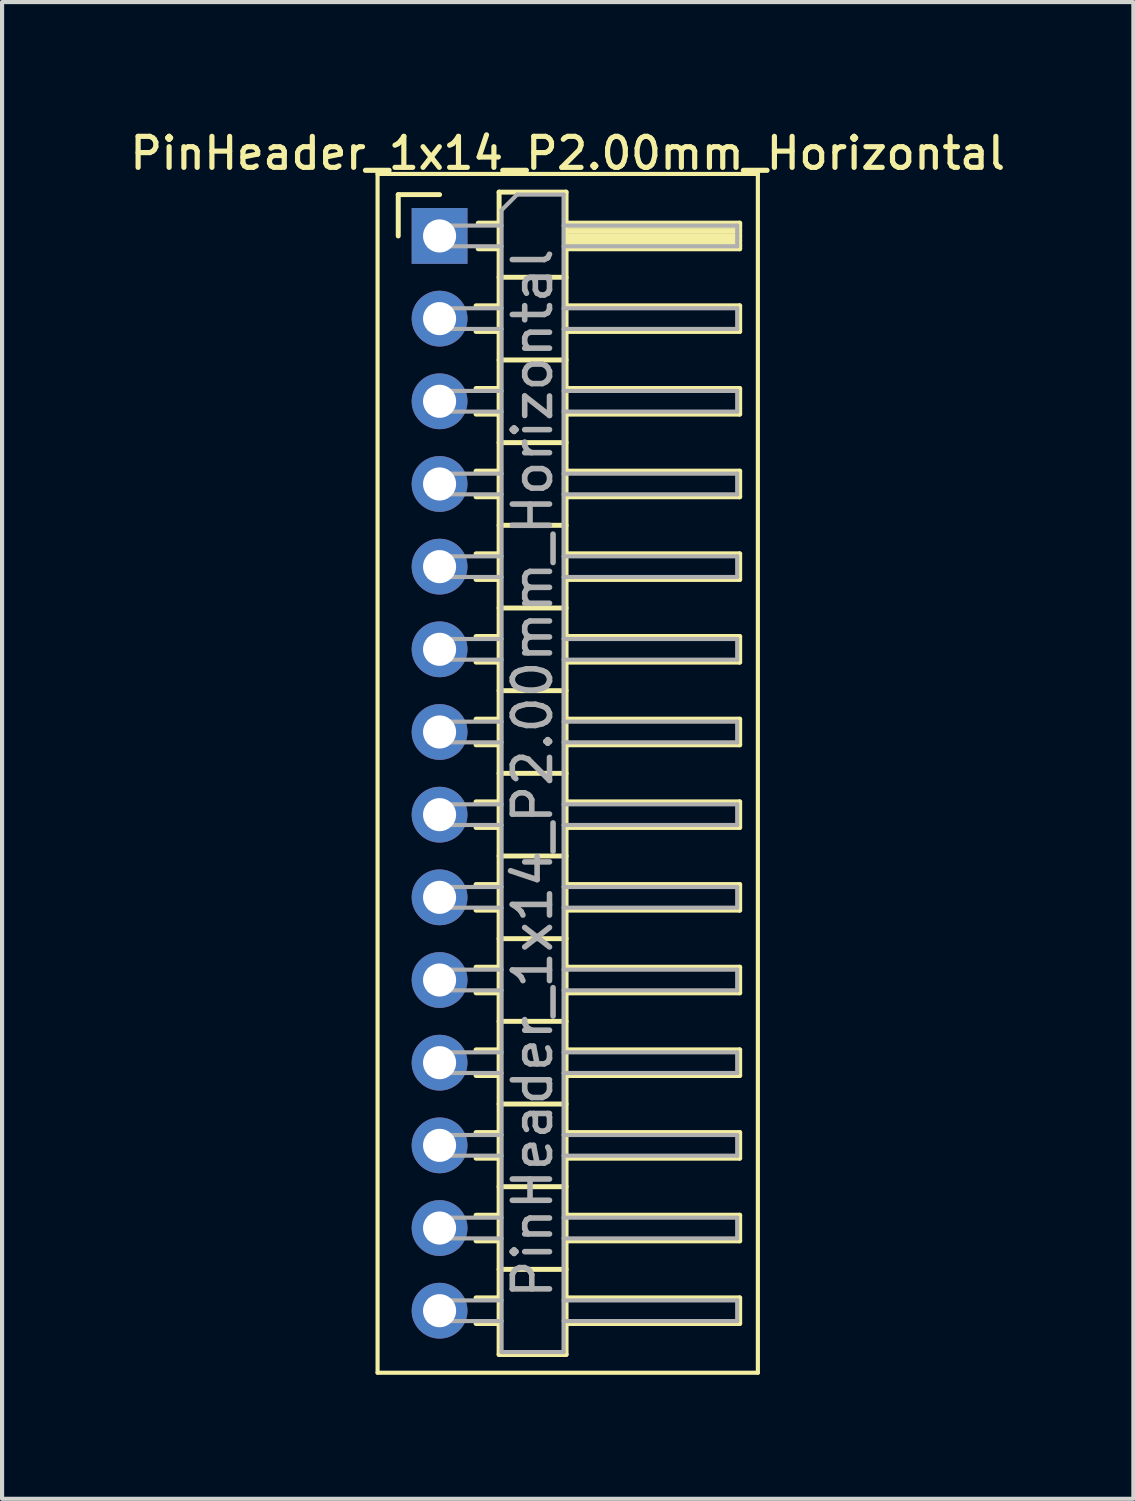
<source format=kicad_pcb>
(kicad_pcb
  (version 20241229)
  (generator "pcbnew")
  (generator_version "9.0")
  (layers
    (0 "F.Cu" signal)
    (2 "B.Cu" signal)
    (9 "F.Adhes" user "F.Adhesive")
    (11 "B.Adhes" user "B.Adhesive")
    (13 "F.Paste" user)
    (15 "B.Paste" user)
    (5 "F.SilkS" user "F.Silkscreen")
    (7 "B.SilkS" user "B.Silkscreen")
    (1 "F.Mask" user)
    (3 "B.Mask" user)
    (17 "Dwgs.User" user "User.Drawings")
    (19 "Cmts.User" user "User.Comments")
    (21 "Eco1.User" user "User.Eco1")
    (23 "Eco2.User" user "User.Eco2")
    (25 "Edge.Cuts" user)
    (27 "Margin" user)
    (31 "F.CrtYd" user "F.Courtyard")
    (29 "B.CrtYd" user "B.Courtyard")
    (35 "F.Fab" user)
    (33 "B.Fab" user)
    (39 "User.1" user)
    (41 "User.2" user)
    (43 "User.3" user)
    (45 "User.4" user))
  (footprint "PinHeader_1x14_P2.00mm_Horizontal"
    (layer "F.Cu")
    (at 7.584 2.658)
    (property "Reference" "PinHeader_1x14_P2.00mm_Horizontal" (at 3.1 -2 0) (layer "F.SilkS") (effects (font (size 0.75 0.75) (thickness 0.125))))
    (attr through_hole)
    (fp_line (start -1.5 -1.5) (end -1.5 27.5) (stroke (width 0.1) (type solid)) (layer "F.SilkS"))
    (fp_line (start -1.5 27.5) (end 7.7 27.5) (stroke (width 0.1) (type solid)) (layer "F.SilkS"))
    (fp_line (start -1 -1) (end 0 -1) (stroke (width 0.12) (type solid)) (layer "F.SilkS"))
    (fp_line (start -1 0) (end -1 -1) (stroke (width 0.12) (type solid)) (layer "F.SilkS"))
    (fp_line (start 0.882 1.69) (end 1.44 1.69) (stroke (width 0.12) (type solid)) (layer "F.SilkS"))
    (fp_line (start 0.882 2.31) (end 1.44 2.31) (stroke (width 0.12) (type solid)) (layer "F.SilkS"))
    (fp_line (start 0.882 3.69) (end 1.44 3.69) (stroke (width 0.12) (type solid)) (layer "F.SilkS"))
    (fp_line (start 0.882 4.31) (end 1.44 4.31) (stroke (width 0.12) (type solid)) (layer "F.SilkS"))
    (fp_line (start 0.882 5.69) (end 1.44 5.69) (stroke (width 0.12) (type solid)) (layer "F.SilkS"))
    (fp_line (start 0.882 6.31) (end 1.44 6.31) (stroke (width 0.12) (type solid)) (layer "F.SilkS"))
    (fp_line (start 0.882 7.69) (end 1.44 7.69) (stroke (width 0.12) (type solid)) (layer "F.SilkS"))
    (fp_line (start 0.882 8.31) (end 1.44 8.31) (stroke (width 0.12) (type solid)) (layer "F.SilkS"))
    (fp_line (start 0.882 9.69) (end 1.44 9.69) (stroke (width 0.12) (type solid)) (layer "F.SilkS"))
    (fp_line (start 0.882 10.31) (end 1.44 10.31) (stroke (width 0.12) (type solid)) (layer "F.SilkS"))
    (fp_line (start 0.882 11.69) (end 1.44 11.69) (stroke (width 0.12) (type solid)) (layer "F.SilkS"))
    (fp_line (start 0.882 12.31) (end 1.44 12.31) (stroke (width 0.12) (type solid)) (layer "F.SilkS"))
    (fp_line (start 0.882 13.69) (end 1.44 13.69) (stroke (width 0.12) (type solid)) (layer "F.SilkS"))
    (fp_line (start 0.882 14.31) (end 1.44 14.31) (stroke (width 0.12) (type solid)) (layer "F.SilkS"))
    (fp_line (start 0.882 15.69) (end 1.44 15.69) (stroke (width 0.12) (type solid)) (layer "F.SilkS"))
    (fp_line (start 0.882 16.31) (end 1.44 16.31) (stroke (width 0.12) (type solid)) (layer "F.SilkS"))
    (fp_line (start 0.882 17.69) (end 1.44 17.69) (stroke (width 0.12) (type solid)) (layer "F.SilkS"))
    (fp_line (start 0.882 18.31) (end 1.44 18.31) (stroke (width 0.12) (type solid)) (layer "F.SilkS"))
    (fp_line (start 0.882 19.69) (end 1.44 19.69) (stroke (width 0.12) (type solid)) (layer "F.SilkS"))
    (fp_line (start 0.882 20.31) (end 1.44 20.31) (stroke (width 0.12) (type solid)) (layer "F.SilkS"))
    (fp_line (start 0.882 21.69) (end 1.44 21.69) (stroke (width 0.12) (type solid)) (layer "F.SilkS"))
    (fp_line (start 0.882 22.31) (end 1.44 22.31) (stroke (width 0.12) (type solid)) (layer "F.SilkS"))
    (fp_line (start 0.882 23.69) (end 1.44 23.69) (stroke (width 0.12) (type solid)) (layer "F.SilkS"))
    (fp_line (start 0.882 24.31) (end 1.44 24.31) (stroke (width 0.12) (type solid)) (layer "F.SilkS"))
    (fp_line (start 0.882 25.69) (end 1.44 25.69) (stroke (width 0.12) (type solid)) (layer "F.SilkS"))
    (fp_line (start 0.882 26.31) (end 1.44 26.31) (stroke (width 0.12) (type solid)) (layer "F.SilkS"))
    (fp_line (start 0.935 -0.31) (end 1.44 -0.31) (stroke (width 0.12) (type solid)) (layer "F.SilkS"))
    (fp_line (start 0.935 0.31) (end 1.44 0.31) (stroke (width 0.12) (type solid)) (layer "F.SilkS"))
    (fp_line (start 1.44 -1.06) (end 1.44 27.06) (stroke (width 0.12) (type solid)) (layer "F.SilkS"))
    (fp_line (start 1.44 1) (end 3.06 1) (stroke (width 0.12) (type solid)) (layer "F.SilkS"))
    (fp_line (start 1.44 3) (end 3.06 3) (stroke (width 0.12) (type solid)) (layer "F.SilkS"))
    (fp_line (start 1.44 5) (end 3.06 5) (stroke (width 0.12) (type solid)) (layer "F.SilkS"))
    (fp_line (start 1.44 7) (end 3.06 7) (stroke (width 0.12) (type solid)) (layer "F.SilkS"))
    (fp_line (start 1.44 9) (end 3.06 9) (stroke (width 0.12) (type solid)) (layer "F.SilkS"))
    (fp_line (start 1.44 11) (end 3.06 11) (stroke (width 0.12) (type solid)) (layer "F.SilkS"))
    (fp_line (start 1.44 13) (end 3.06 13) (stroke (width 0.12) (type solid)) (layer "F.SilkS"))
    (fp_line (start 1.44 15) (end 3.06 15) (stroke (width 0.12) (type solid)) (layer "F.SilkS"))
    (fp_line (start 1.44 17) (end 3.06 17) (stroke (width 0.12) (type solid)) (layer "F.SilkS"))
    (fp_line (start 1.44 19) (end 3.06 19) (stroke (width 0.12) (type solid)) (layer "F.SilkS"))
    (fp_line (start 1.44 21) (end 3.06 21) (stroke (width 0.12) (type solid)) (layer "F.SilkS"))
    (fp_line (start 1.44 23) (end 3.06 23) (stroke (width 0.12) (type solid)) (layer "F.SilkS"))
    (fp_line (start 1.44 25) (end 3.06 25) (stroke (width 0.12) (type solid)) (layer "F.SilkS"))
    (fp_line (start 1.44 27.06) (end 3.06 27.06) (stroke (width 0.12) (type solid)) (layer "F.SilkS"))
    (fp_line (start 3.06 -1.06) (end 1.44 -1.06) (stroke (width 0.12) (type solid)) (layer "F.SilkS"))
    (fp_line (start 3.06 -0.31) (end 7.26 -0.31) (stroke (width 0.12) (type solid)) (layer "F.SilkS"))
    (fp_line (start 3.06 -0.25) (end 7.26 -0.25) (stroke (width 0.12) (type solid)) (layer "F.SilkS"))
    (fp_line (start 3.06 -0.13) (end 7.26 -0.13) (stroke (width 0.12) (type solid)) (layer "F.SilkS"))
    (fp_line (start 3.06 -0.01) (end 7.26 -0.01) (stroke (width 0.12) (type solid)) (layer "F.SilkS"))
    (fp_line (start 3.06 0.11) (end 7.26 0.11) (stroke (width 0.12) (type solid)) (layer "F.SilkS"))
    (fp_line (start 3.06 0.23) (end 7.26 0.23) (stroke (width 0.12) (type solid)) (layer "F.SilkS"))
    (fp_line (start 3.06 1.69) (end 7.26 1.69) (stroke (width 0.12) (type solid)) (layer "F.SilkS"))
    (fp_line (start 3.06 3.69) (end 7.26 3.69) (stroke (width 0.12) (type solid)) (layer "F.SilkS"))
    (fp_line (start 3.06 5.69) (end 7.26 5.69) (stroke (width 0.12) (type solid)) (layer "F.SilkS"))
    (fp_line (start 3.06 7.69) (end 7.26 7.69) (stroke (width 0.12) (type solid)) (layer "F.SilkS"))
    (fp_line (start 3.06 9.69) (end 7.26 9.69) (stroke (width 0.12) (type solid)) (layer "F.SilkS"))
    (fp_line (start 3.06 11.69) (end 7.26 11.69) (stroke (width 0.12) (type solid)) (layer "F.SilkS"))
    (fp_line (start 3.06 13.69) (end 7.26 13.69) (stroke (width 0.12) (type solid)) (layer "F.SilkS"))
    (fp_line (start 3.06 15.69) (end 7.26 15.69) (stroke (width 0.12) (type solid)) (layer "F.SilkS"))
    (fp_line (start 3.06 17.69) (end 7.26 17.69) (stroke (width 0.12) (type solid)) (layer "F.SilkS"))
    (fp_line (start 3.06 19.69) (end 7.26 19.69) (stroke (width 0.12) (type solid)) (layer "F.SilkS"))
    (fp_line (start 3.06 21.69) (end 7.26 21.69) (stroke (width 0.12) (type solid)) (layer "F.SilkS"))
    (fp_line (start 3.06 23.69) (end 7.26 23.69) (stroke (width 0.12) (type solid)) (layer "F.SilkS"))
    (fp_line (start 3.06 25.69) (end 7.26 25.69) (stroke (width 0.12) (type solid)) (layer "F.SilkS"))
    (fp_line (start 3.06 27.06) (end 3.06 -1.06) (stroke (width 0.12) (type solid)) (layer "F.SilkS"))
    (fp_line (start 7.26 -0.31) (end 7.26 0.31) (stroke (width 0.12) (type solid)) (layer "F.SilkS"))
    (fp_line (start 7.26 0.31) (end 3.06 0.31) (stroke (width 0.12) (type solid)) (layer "F.SilkS"))
    (fp_line (start 7.26 1.69) (end 7.26 2.31) (stroke (width 0.12) (type solid)) (layer "F.SilkS"))
    (fp_line (start 7.26 2.31) (end 3.06 2.31) (stroke (width 0.12) (type solid)) (layer "F.SilkS"))
    (fp_line (start 7.26 3.69) (end 7.26 4.31) (stroke (width 0.12) (type solid)) (layer "F.SilkS"))
    (fp_line (start 7.26 4.31) (end 3.06 4.31) (stroke (width 0.12) (type solid)) (layer "F.SilkS"))
    (fp_line (start 7.26 5.69) (end 7.26 6.31) (stroke (width 0.12) (type solid)) (layer "F.SilkS"))
    (fp_line (start 7.26 6.31) (end 3.06 6.31) (stroke (width 0.12) (type solid)) (layer "F.SilkS"))
    (fp_line (start 7.26 7.69) (end 7.26 8.31) (stroke (width 0.12) (type solid)) (layer "F.SilkS"))
    (fp_line (start 7.26 8.31) (end 3.06 8.31) (stroke (width 0.12) (type solid)) (layer "F.SilkS"))
    (fp_line (start 7.26 9.69) (end 7.26 10.31) (stroke (width 0.12) (type solid)) (layer "F.SilkS"))
    (fp_line (start 7.26 10.31) (end 3.06 10.31) (stroke (width 0.12) (type solid)) (layer "F.SilkS"))
    (fp_line (start 7.26 11.69) (end 7.26 12.31) (stroke (width 0.12) (type solid)) (layer "F.SilkS"))
    (fp_line (start 7.26 12.31) (end 3.06 12.31) (stroke (width 0.12) (type solid)) (layer "F.SilkS"))
    (fp_line (start 7.26 13.69) (end 7.26 14.31) (stroke (width 0.12) (type solid)) (layer "F.SilkS"))
    (fp_line (start 7.26 14.31) (end 3.06 14.31) (stroke (width 0.12) (type solid)) (layer "F.SilkS"))
    (fp_line (start 7.26 15.69) (end 7.26 16.31) (stroke (width 0.12) (type solid)) (layer "F.SilkS"))
    (fp_line (start 7.26 16.31) (end 3.06 16.31) (stroke (width 0.12) (type solid)) (layer "F.SilkS"))
    (fp_line (start 7.26 17.69) (end 7.26 18.31) (stroke (width 0.12) (type solid)) (layer "F.SilkS"))
    (fp_line (start 7.26 18.31) (end 3.06 18.31) (stroke (width 0.12) (type solid)) (layer "F.SilkS"))
    (fp_line (start 7.26 19.69) (end 7.26 20.31) (stroke (width 0.12) (type solid)) (layer "F.SilkS"))
    (fp_line (start 7.26 20.31) (end 3.06 20.31) (stroke (width 0.12) (type solid)) (layer "F.SilkS"))
    (fp_line (start 7.26 21.69) (end 7.26 22.31) (stroke (width 0.12) (type solid)) (layer "F.SilkS"))
    (fp_line (start 7.26 22.31) (end 3.06 22.31) (stroke (width 0.12) (type solid)) (layer "F.SilkS"))
    (fp_line (start 7.26 23.69) (end 7.26 24.31) (stroke (width 0.12) (type solid)) (layer "F.SilkS"))
    (fp_line (start 7.26 24.31) (end 3.06 24.31) (stroke (width 0.12) (type solid)) (layer "F.SilkS"))
    (fp_line (start 7.26 25.69) (end 7.26 26.31) (stroke (width 0.12) (type solid)) (layer "F.SilkS"))
    (fp_line (start 7.26 26.31) (end 3.06 26.31) (stroke (width 0.12) (type solid)) (layer "F.SilkS"))
    (fp_line (start 7.7 -1.5) (end -1.5 -1.5) (stroke (width 0.1) (type solid)) (layer "F.SilkS"))
    (fp_line (start 7.7 27.5) (end 7.7 -1.5) (stroke (width 0.1) (type solid)) (layer "F.SilkS"))
    (fp_line (start -0.25 -0.25) (end -0.25 0.25) (stroke (width 0.1) (type solid)) (layer "F.Fab"))
    (fp_line (start -0.25 -0.25) (end 1.5 -0.25) (stroke (width 0.1) (type solid)) (layer "F.Fab"))
    (fp_line (start -0.25 0.25) (end 1.5 0.25) (stroke (width 0.1) (type solid)) (layer "F.Fab"))
    (fp_line (start -0.25 1.75) (end -0.25 2.25) (stroke (width 0.1) (type solid)) (layer "F.Fab"))
    (fp_line (start -0.25 1.75) (end 1.5 1.75) (stroke (width 0.1) (type solid)) (layer "F.Fab"))
    (fp_line (start -0.25 2.25) (end 1.5 2.25) (stroke (width 0.1) (type solid)) (layer "F.Fab"))
    (fp_line (start -0.25 3.75) (end -0.25 4.25) (stroke (width 0.1) (type solid)) (layer "F.Fab"))
    (fp_line (start -0.25 3.75) (end 1.5 3.75) (stroke (width 0.1) (type solid)) (layer "F.Fab"))
    (fp_line (start -0.25 4.25) (end 1.5 4.25) (stroke (width 0.1) (type solid)) (layer "F.Fab"))
    (fp_line (start -0.25 5.75) (end -0.25 6.25) (stroke (width 0.1) (type solid)) (layer "F.Fab"))
    (fp_line (start -0.25 5.75) (end 1.5 5.75) (stroke (width 0.1) (type solid)) (layer "F.Fab"))
    (fp_line (start -0.25 6.25) (end 1.5 6.25) (stroke (width 0.1) (type solid)) (layer "F.Fab"))
    (fp_line (start -0.25 7.75) (end -0.25 8.25) (stroke (width 0.1) (type solid)) (layer "F.Fab"))
    (fp_line (start -0.25 7.75) (end 1.5 7.75) (stroke (width 0.1) (type solid)) (layer "F.Fab"))
    (fp_line (start -0.25 8.25) (end 1.5 8.25) (stroke (width 0.1) (type solid)) (layer "F.Fab"))
    (fp_line (start -0.25 9.75) (end -0.25 10.25) (stroke (width 0.1) (type solid)) (layer "F.Fab"))
    (fp_line (start -0.25 9.75) (end 1.5 9.75) (stroke (width 0.1) (type solid)) (layer "F.Fab"))
    (fp_line (start -0.25 10.25) (end 1.5 10.25) (stroke (width 0.1) (type solid)) (layer "F.Fab"))
    (fp_line (start -0.25 11.75) (end -0.25 12.25) (stroke (width 0.1) (type solid)) (layer "F.Fab"))
    (fp_line (start -0.25 11.75) (end 1.5 11.75) (stroke (width 0.1) (type solid)) (layer "F.Fab"))
    (fp_line (start -0.25 12.25) (end 1.5 12.25) (stroke (width 0.1) (type solid)) (layer "F.Fab"))
    (fp_line (start -0.25 13.75) (end -0.25 14.25) (stroke (width 0.1) (type solid)) (layer "F.Fab"))
    (fp_line (start -0.25 13.75) (end 1.5 13.75) (stroke (width 0.1) (type solid)) (layer "F.Fab"))
    (fp_line (start -0.25 14.25) (end 1.5 14.25) (stroke (width 0.1) (type solid)) (layer "F.Fab"))
    (fp_line (start -0.25 15.75) (end -0.25 16.25) (stroke (width 0.1) (type solid)) (layer "F.Fab"))
    (fp_line (start -0.25 15.75) (end 1.5 15.75) (stroke (width 0.1) (type solid)) (layer "F.Fab"))
    (fp_line (start -0.25 16.25) (end 1.5 16.25) (stroke (width 0.1) (type solid)) (layer "F.Fab"))
    (fp_line (start -0.25 17.75) (end -0.25 18.25) (stroke (width 0.1) (type solid)) (layer "F.Fab"))
    (fp_line (start -0.25 17.75) (end 1.5 17.75) (stroke (width 0.1) (type solid)) (layer "F.Fab"))
    (fp_line (start -0.25 18.25) (end 1.5 18.25) (stroke (width 0.1) (type solid)) (layer "F.Fab"))
    (fp_line (start -0.25 19.75) (end -0.25 20.25) (stroke (width 0.1) (type solid)) (layer "F.Fab"))
    (fp_line (start -0.25 19.75) (end 1.5 19.75) (stroke (width 0.1) (type solid)) (layer "F.Fab"))
    (fp_line (start -0.25 20.25) (end 1.5 20.25) (stroke (width 0.1) (type solid)) (layer "F.Fab"))
    (fp_line (start -0.25 21.75) (end -0.25 22.25) (stroke (width 0.1) (type solid)) (layer "F.Fab"))
    (fp_line (start -0.25 21.75) (end 1.5 21.75) (stroke (width 0.1) (type solid)) (layer "F.Fab"))
    (fp_line (start -0.25 22.25) (end 1.5 22.25) (stroke (width 0.1) (type solid)) (layer "F.Fab"))
    (fp_line (start -0.25 23.75) (end -0.25 24.25) (stroke (width 0.1) (type solid)) (layer "F.Fab"))
    (fp_line (start -0.25 23.75) (end 1.5 23.75) (stroke (width 0.1) (type solid)) (layer "F.Fab"))
    (fp_line (start -0.25 24.25) (end 1.5 24.25) (stroke (width 0.1) (type solid)) (layer "F.Fab"))
    (fp_line (start -0.25 25.75) (end -0.25 26.25) (stroke (width 0.1) (type solid)) (layer "F.Fab"))
    (fp_line (start -0.25 25.75) (end 1.5 25.75) (stroke (width 0.1) (type solid)) (layer "F.Fab"))
    (fp_line (start -0.25 26.25) (end 1.5 26.25) (stroke (width 0.1) (type solid)) (layer "F.Fab"))
    (fp_line (start 1.5 -0.625) (end 1.875 -1) (stroke (width 0.1) (type solid)) (layer "F.Fab"))
    (fp_line (start 1.5 27) (end 1.5 -0.625) (stroke (width 0.1) (type solid)) (layer "F.Fab"))
    (fp_line (start 1.875 -1) (end 3 -1) (stroke (width 0.1) (type solid)) (layer "F.Fab"))
    (fp_line (start 3 -1) (end 3 27) (stroke (width 0.1) (type solid)) (layer "F.Fab"))
    (fp_line (start 3 -0.25) (end 7.2 -0.25) (stroke (width 0.1) (type solid)) (layer "F.Fab"))
    (fp_line (start 3 0.25) (end 7.2 0.25) (stroke (width 0.1) (type solid)) (layer "F.Fab"))
    (fp_line (start 3 1.75) (end 7.2 1.75) (stroke (width 0.1) (type solid)) (layer "F.Fab"))
    (fp_line (start 3 2.25) (end 7.2 2.25) (stroke (width 0.1) (type solid)) (layer "F.Fab"))
    (fp_line (start 3 3.75) (end 7.2 3.75) (stroke (width 0.1) (type solid)) (layer "F.Fab"))
    (fp_line (start 3 4.25) (end 7.2 4.25) (stroke (width 0.1) (type solid)) (layer "F.Fab"))
    (fp_line (start 3 5.75) (end 7.2 5.75) (stroke (width 0.1) (type solid)) (layer "F.Fab"))
    (fp_line (start 3 6.25) (end 7.2 6.25) (stroke (width 0.1) (type solid)) (layer "F.Fab"))
    (fp_line (start 3 7.75) (end 7.2 7.75) (stroke (width 0.1) (type solid)) (layer "F.Fab"))
    (fp_line (start 3 8.25) (end 7.2 8.25) (stroke (width 0.1) (type solid)) (layer "F.Fab"))
    (fp_line (start 3 9.75) (end 7.2 9.75) (stroke (width 0.1) (type solid)) (layer "F.Fab"))
    (fp_line (start 3 10.25) (end 7.2 10.25) (stroke (width 0.1) (type solid)) (layer "F.Fab"))
    (fp_line (start 3 11.75) (end 7.2 11.75) (stroke (width 0.1) (type solid)) (layer "F.Fab"))
    (fp_line (start 3 12.25) (end 7.2 12.25) (stroke (width 0.1) (type solid)) (layer "F.Fab"))
    (fp_line (start 3 13.75) (end 7.2 13.75) (stroke (width 0.1) (type solid)) (layer "F.Fab"))
    (fp_line (start 3 14.25) (end 7.2 14.25) (stroke (width 0.1) (type solid)) (layer "F.Fab"))
    (fp_line (start 3 15.75) (end 7.2 15.75) (stroke (width 0.1) (type solid)) (layer "F.Fab"))
    (fp_line (start 3 16.25) (end 7.2 16.25) (stroke (width 0.1) (type solid)) (layer "F.Fab"))
    (fp_line (start 3 17.75) (end 7.2 17.75) (stroke (width 0.1) (type solid)) (layer "F.Fab"))
    (fp_line (start 3 18.25) (end 7.2 18.25) (stroke (width 0.1) (type solid)) (layer "F.Fab"))
    (fp_line (start 3 19.75) (end 7.2 19.75) (stroke (width 0.1) (type solid)) (layer "F.Fab"))
    (fp_line (start 3 20.25) (end 7.2 20.25) (stroke (width 0.1) (type solid)) (layer "F.Fab"))
    (fp_line (start 3 21.75) (end 7.2 21.75) (stroke (width 0.1) (type solid)) (layer "F.Fab"))
    (fp_line (start 3 22.25) (end 7.2 22.25) (stroke (width 0.1) (type solid)) (layer "F.Fab"))
    (fp_line (start 3 23.75) (end 7.2 23.75) (stroke (width 0.1) (type solid)) (layer "F.Fab"))
    (fp_line (start 3 24.25) (end 7.2 24.25) (stroke (width 0.1) (type solid)) (layer "F.Fab"))
    (fp_line (start 3 25.75) (end 7.2 25.75) (stroke (width 0.1) (type solid)) (layer "F.Fab"))
    (fp_line (start 3 26.25) (end 7.2 26.25) (stroke (width 0.1) (type solid)) (layer "F.Fab"))
    (fp_line (start 3 27) (end 1.5 27) (stroke (width 0.1) (type solid)) (layer "F.Fab"))
    (fp_line (start 7.2 -0.25) (end 7.2 0.25) (stroke (width 0.1) (type solid)) (layer "F.Fab"))
    (fp_line (start 7.2 1.75) (end 7.2 2.25) (stroke (width 0.1) (type solid)) (layer "F.Fab"))
    (fp_line (start 7.2 3.75) (end 7.2 4.25) (stroke (width 0.1) (type solid)) (layer "F.Fab"))
    (fp_line (start 7.2 5.75) (end 7.2 6.25) (stroke (width 0.1) (type solid)) (layer "F.Fab"))
    (fp_line (start 7.2 7.75) (end 7.2 8.25) (stroke (width 0.1) (type solid)) (layer "F.Fab"))
    (fp_line (start 7.2 9.75) (end 7.2 10.25) (stroke (width 0.1) (type solid)) (layer "F.Fab"))
    (fp_line (start 7.2 11.75) (end 7.2 12.25) (stroke (width 0.1) (type solid)) (layer "F.Fab"))
    (fp_line (start 7.2 13.75) (end 7.2 14.25) (stroke (width 0.1) (type solid)) (layer "F.Fab"))
    (fp_line (start 7.2 15.75) (end 7.2 16.25) (stroke (width 0.1) (type solid)) (layer "F.Fab"))
    (fp_line (start 7.2 17.75) (end 7.2 18.25) (stroke (width 0.1) (type solid)) (layer "F.Fab"))
    (fp_line (start 7.2 19.75) (end 7.2 20.25) (stroke (width 0.1) (type solid)) (layer "F.Fab"))
    (fp_line (start 7.2 21.75) (end 7.2 22.25) (stroke (width 0.1) (type solid)) (layer "F.Fab"))
    (fp_line (start 7.2 23.75) (end 7.2 24.25) (stroke (width 0.1) (type solid)) (layer "F.Fab"))
    (fp_line (start 7.2 25.75) (end 7.2 26.25) (stroke (width 0.1) (type solid)) (layer "F.Fab"))
    (fp_text user "${REFERENCE}" (at 2.25 13 90) (layer "F.Fab") (effects (font (size 0.9 0.9) (thickness 0.135))))
    (pad "1" thru_hole rect (at 0 0) (size 1.35 1.35) (drill 0.8) (layers "*.Cu" "*.Mask"))
    (pad "2" thru_hole oval (at 0 2) (size 1.35 1.35) (drill 0.8) (layers "*.Cu" "*.Mask"))
    (pad "3" thru_hole oval (at 0 4) (size 1.35 1.35) (drill 0.8) (layers "*.Cu" "*.Mask"))
    (pad "4" thru_hole oval (at 0 6) (size 1.35 1.35) (drill 0.8) (layers "*.Cu" "*.Mask"))
    (pad "5" thru_hole oval (at 0 8) (size 1.35 1.35) (drill 0.8) (layers "*.Cu" "*.Mask"))
    (pad "6" thru_hole oval (at 0 10) (size 1.35 1.35) (drill 0.8) (layers "*.Cu" "*.Mask"))
    (pad "7" thru_hole oval (at 0 12) (size 1.35 1.35) (drill 0.8) (layers "*.Cu" "*.Mask"))
    (pad "8" thru_hole oval (at 0 14) (size 1.35 1.35) (drill 0.8) (layers "*.Cu" "*.Mask"))
    (pad "9" thru_hole oval (at 0 16) (size 1.35 1.35) (drill 0.8) (layers "*.Cu" "*.Mask"))
    (pad "10" thru_hole oval (at 0 18) (size 1.35 1.35) (drill 0.8) (layers "*.Cu" "*.Mask"))
    (pad "11" thru_hole oval (at 0 20) (size 1.35 1.35) (drill 0.8) (layers "*.Cu" "*.Mask"))
    (pad "12" thru_hole oval (at 0 22) (size 1.35 1.35) (drill 0.8) (layers "*.Cu" "*.Mask"))
    (pad "13" thru_hole oval (at 0 24) (size 1.35 1.35) (drill 0.8) (layers "*.Cu" "*.Mask"))
    (pad "14" thru_hole oval (at 0 26) (size 1.35 1.35) (drill 0.8) (layers "*.Cu" "*.Mask")))
  (gr_rect
    (start -3 -3)
    (end 24.368 33.208)
    (stroke (width 0.1) (type default))
    (fill no)
    (layer "Edge.Cuts")))
</source>
